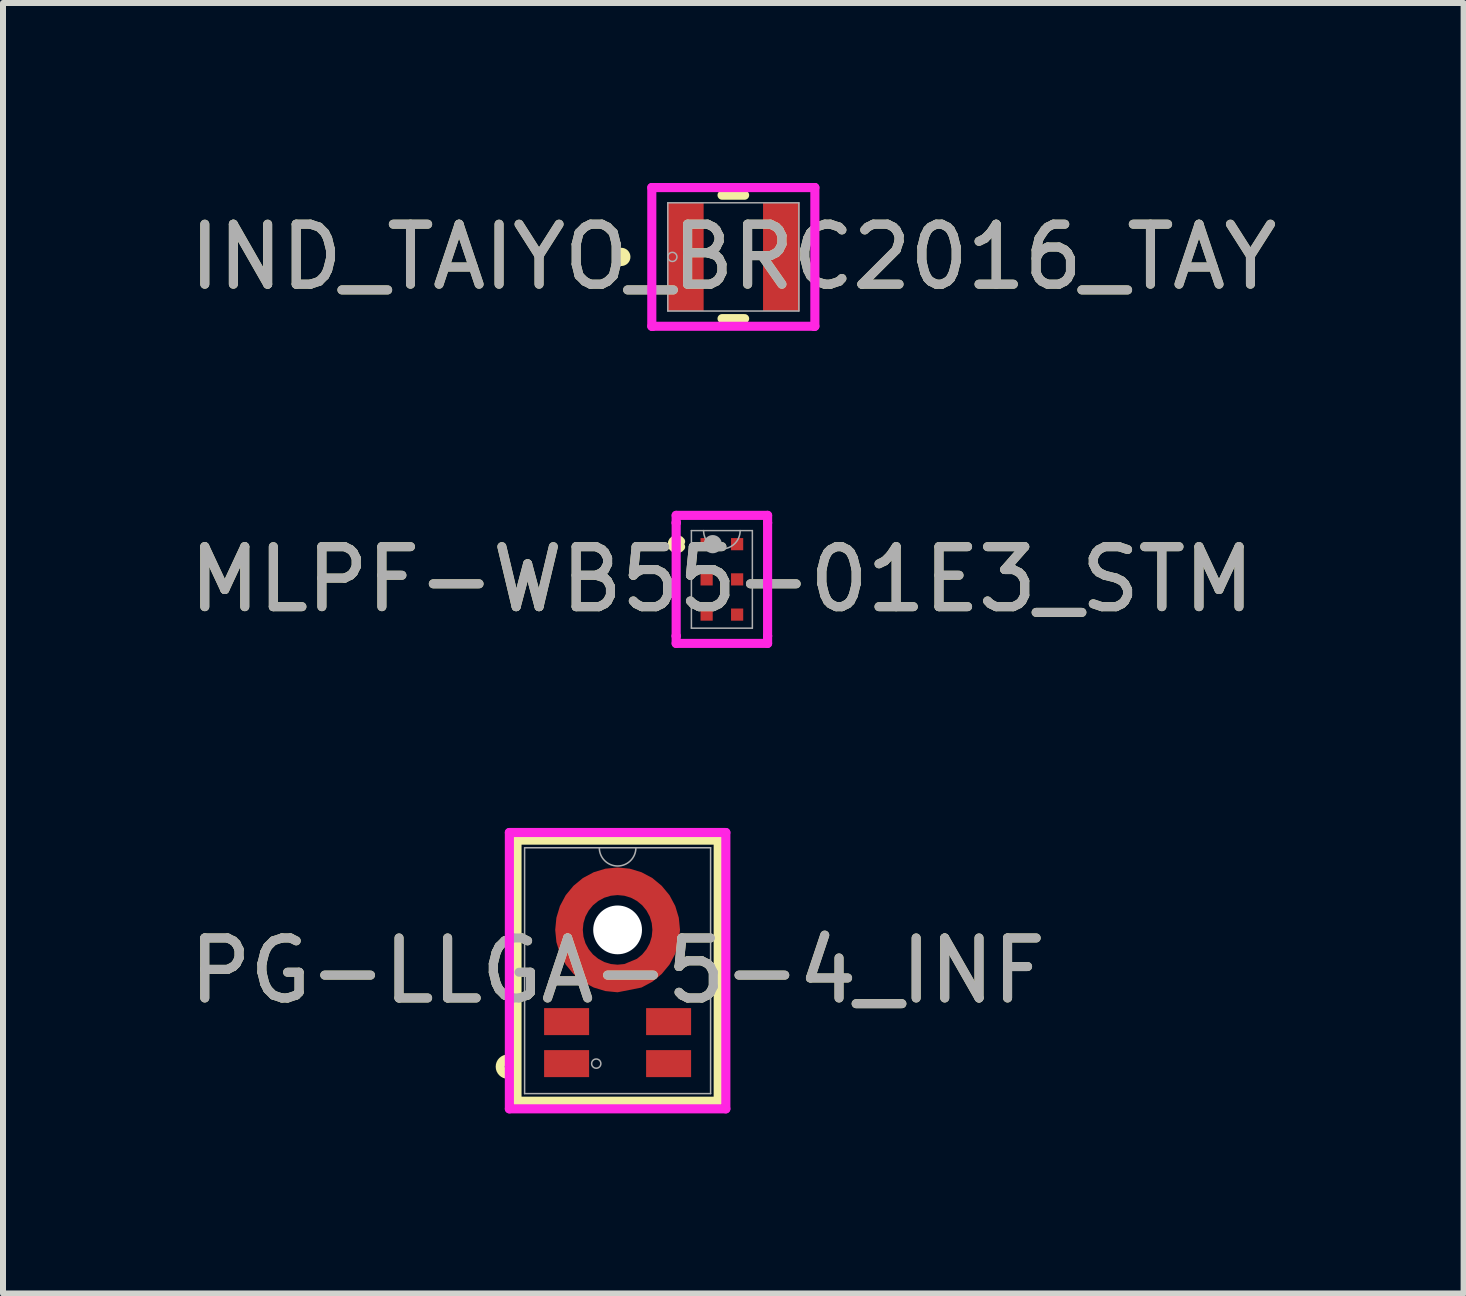
<source format=kicad_pcb>
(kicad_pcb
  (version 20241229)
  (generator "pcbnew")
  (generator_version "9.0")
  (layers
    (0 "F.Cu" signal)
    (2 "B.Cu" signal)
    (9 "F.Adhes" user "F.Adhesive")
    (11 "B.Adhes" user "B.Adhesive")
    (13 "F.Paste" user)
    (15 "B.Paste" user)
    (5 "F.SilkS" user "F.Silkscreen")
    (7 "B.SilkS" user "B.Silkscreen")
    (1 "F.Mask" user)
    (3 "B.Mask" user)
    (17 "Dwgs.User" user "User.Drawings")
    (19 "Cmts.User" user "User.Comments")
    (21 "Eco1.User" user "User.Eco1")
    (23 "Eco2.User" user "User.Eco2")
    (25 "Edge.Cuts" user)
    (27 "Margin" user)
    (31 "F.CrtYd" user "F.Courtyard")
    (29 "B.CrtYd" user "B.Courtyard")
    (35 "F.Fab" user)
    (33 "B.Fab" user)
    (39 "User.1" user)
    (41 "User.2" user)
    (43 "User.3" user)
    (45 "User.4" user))
  (footprint "MLPF-WB55-01E3_STM"
    (layer "F.Cu")
    (at 8.982 6.607)
    (property "Reference" "MLPF-WB55-01E3_STM" (at 0 0 0) (unlocked yes) (layer "F.SilkS") (effects (font (size 1 1) (thickness 0.15))))
    (attr smd)
    (fp_arc (start -0.68834 -0.543209) (mid -0.8269 -0.587) (end -0.68834 -0.630791) (stroke (width 0.1524) (type solid)) (layer "F.SilkS"))
    (fp_line (start -0.762 -1.067) (end 0.762 -1.067) (stroke (width 0.152) (type solid)) (layer "F.CrtYd"))
    (fp_line (start -0.762 -0.943) (end -0.762 -1.067) (stroke (width 0.152) (type solid)) (layer "F.CrtYd"))
    (fp_line (start -0.762 -0.943) (end -0.762 -0.943) (stroke (width 0.152) (type solid)) (layer "F.CrtYd"))
    (fp_line (start -0.762 0.943) (end -0.762 -0.943) (stroke (width 0.152) (type solid)) (layer "F.CrtYd"))
    (fp_line (start -0.762 0.943) (end -0.762 0.943) (stroke (width 0.152) (type solid)) (layer "F.CrtYd"))
    (fp_line (start -0.762 1.067) (end -0.762 0.943) (stroke (width 0.152) (type solid)) (layer "F.CrtYd"))
    (fp_line (start 0.762 -1.067) (end 0.762 -0.943) (stroke (width 0.152) (type solid)) (layer "F.CrtYd"))
    (fp_line (start 0.762 -0.943) (end 0.762 -0.943) (stroke (width 0.152) (type solid)) (layer "F.CrtYd"))
    (fp_line (start 0.762 -0.943) (end 0.762 0.943) (stroke (width 0.152) (type solid)) (layer "F.CrtYd"))
    (fp_line (start 0.762 0.943) (end 0.762 0.943) (stroke (width 0.152) (type solid)) (layer "F.CrtYd"))
    (fp_line (start 0.762 0.943) (end 0.762 1.067) (stroke (width 0.152) (type solid)) (layer "F.CrtYd"))
    (fp_line (start 0.762 1.067) (end -0.762 1.067) (stroke (width 0.152) (type solid)) (layer "F.CrtYd"))
    (fp_line (start -0.508 -0.813) (end -0.508 0.813) (stroke (width 0.025) (type solid)) (layer "F.Fab"))
    (fp_line (start -0.508 0.813) (end 0.508 0.813) (stroke (width 0.025) (type solid)) (layer "F.Fab"))
    (fp_line (start 0.508 -0.813) (end -0.508 -0.813) (stroke (width 0.025) (type solid)) (layer "F.Fab"))
    (fp_line (start 0.508 0.813) (end 0.508 -0.813) (stroke (width 0.025) (type solid)) (layer "F.Fab"))
    (fp_arc (start 0.3048 -0.8128) (mid 0 -0.508) (end -0.3048 -0.8128) (stroke (width 0.0254) (type solid)) (layer "F.Fab"))
    (fp_circle (center -0.152 -0.587) (end -0.076 -0.587) (stroke (width 0.152) (type solid)) (fill no) (layer "F.Fab"))
    (fp_text user "${REFERENCE}" (at 0 0 0) (unlocked yes) (layer "F.Fab") (effects (font (size 1 1) (thickness 0.15))))
    (pad "1" smd rect (at -0.254 -0.587) (size 0.203 0.203) (layers "F.Cu" "F.Mask" "F.Paste"))
    (pad "2" smd rect (at -0.254 0) (size 0.203 0.203) (layers "F.Cu" "F.Mask" "F.Paste"))
    (pad "3" smd rect (at -0.254 0.587) (size 0.203 0.203) (layers "F.Cu" "F.Mask" "F.Paste"))
    (pad "4" smd rect (at 0.254 0.587) (size 0.203 0.203) (layers "F.Cu" "F.Mask" "F.Paste"))
    (pad "5" smd rect (at 0.254 0) (size 0.203 0.203) (layers "F.Cu" "F.Mask" "F.Paste"))
    (pad "6" smd rect (at 0.254 -0.587) (size 0.203 0.203) (layers "F.Cu" "F.Mask" "F.Paste")))
  (footprint "IND_TAIYO_BRC2016_TAY"
    (layer "F.Cu")
    (at 9.173 1.232)
    (property "Reference" "IND_TAIYO_BRC2016_TAY" (at 0 0 0) (unlocked yes) (layer "F.SilkS") (effects (font (size 1 1) (thickness 0.15))))
    (attr smd)
    (fp_line (start -0.188 1.029) (end 0.188 1.029) (stroke (width 0.152) (type solid)) (layer "F.SilkS"))
    (fp_line (start 0.188 -1.029) (end -0.188 -1.029) (stroke (width 0.152) (type solid)) (layer "F.SilkS"))
    (fp_circle (center -1.867 0) (end -1.791 0) (stroke (width 0.152) (type solid)) (fill no) (layer "F.SilkS"))
    (fp_line (start -1.359 -1.156) (end -1.346 -1.156) (stroke (width 0.152) (type solid)) (layer "F.CrtYd"))
    (fp_line (start -1.359 1.156) (end -1.359 -1.156) (stroke (width 0.152) (type solid)) (layer "F.CrtYd"))
    (fp_line (start -1.346 -1.156) (end -1.346 -1.156) (stroke (width 0.152) (type solid)) (layer "F.CrtYd"))
    (fp_line (start -1.346 -1.156) (end 1.346 -1.156) (stroke (width 0.152) (type solid)) (layer "F.CrtYd"))
    (fp_line (start -1.346 1.156) (end -1.359 1.156) (stroke (width 0.152) (type solid)) (layer "F.CrtYd"))
    (fp_line (start -1.346 1.156) (end -1.346 1.156) (stroke (width 0.152) (type solid)) (layer "F.CrtYd"))
    (fp_line (start 1.346 -1.156) (end 1.346 -1.156) (stroke (width 0.152) (type solid)) (layer "F.CrtYd"))
    (fp_line (start 1.346 -1.156) (end 1.359 -1.156) (stroke (width 0.152) (type solid)) (layer "F.CrtYd"))
    (fp_line (start 1.346 1.156) (end -1.346 1.156) (stroke (width 0.152) (type solid)) (layer "F.CrtYd"))
    (fp_line (start 1.346 1.156) (end 1.346 1.156) (stroke (width 0.152) (type solid)) (layer "F.CrtYd"))
    (fp_line (start 1.359 -1.156) (end 1.359 1.156) (stroke (width 0.152) (type solid)) (layer "F.CrtYd"))
    (fp_line (start 1.359 1.156) (end 1.346 1.156) (stroke (width 0.152) (type solid)) (layer "F.CrtYd"))
    (fp_line (start -1.092 -0.902) (end -1.092 0.902) (stroke (width 0.025) (type solid)) (layer "F.Fab"))
    (fp_line (start -1.092 0.902) (end 1.092 0.902) (stroke (width 0.025) (type solid)) (layer "F.Fab"))
    (fp_line (start 1.092 -0.902) (end -1.092 -0.902) (stroke (width 0.025) (type solid)) (layer "F.Fab"))
    (fp_line (start 1.092 0.902) (end 1.092 -0.902) (stroke (width 0.025) (type solid)) (layer "F.Fab"))
    (fp_circle (center -1.016 0) (end -0.94 0) (stroke (width 0.025) (type solid)) (fill no) (layer "F.Fab"))
    (fp_text user "${REFERENCE}" (at 0 0 0) (unlocked yes) (layer "F.Fab") (effects (font (size 1 1) (thickness 0.15))))
    (pad "1" smd rect (at -0.8 0) (size 0.61 1.803) (layers "F.Cu" "F.Mask" "F.Paste"))
    (pad "2" smd rect (at 0.8 0) (size 0.61 1.803) (layers "F.Cu" "F.Mask" "F.Paste"))
    (zone (net_name "") (layer "F.Cu") (hatch full 0.508) (connect_pads) (min_thickness 0.254) (filled_areas_thickness no) (keepout (tracks not_allowed) (vias not_allowed) (pads allowed) (copperpour not_allowed) (footprints allowed)) (placement (enabled no)) (fill) (polygon (pts (xy 8.728 0.381) (xy 9.617 0.381) (xy 9.617 2.083) (xy 8.728 2.083)))))
  (footprint "PG-LLGA-5-4_INF"
    (layer "F.Cu")
    (at 7.244 13.129)
    (property "Reference" "PG-LLGA-5-4_INF" (at 0 0 0) (unlocked yes) (layer "F.SilkS") (effects (font (size 1 1) (thickness 0.15))))
    (attr smd)
    (fp_poly (pts (xy 0 -1.72) (xy 0.203 -1.7) (xy 0.398 -1.641) (xy 0.578 -1.545) (xy 0.735 -1.415) (xy 0.865 -1.258) (xy 0.961 -1.078) (xy 1.02 -0.883) (xy 1.04 -0.68) (xy 1.02 -0.477) (xy 0.961 -0.282) (xy 0.865 -0.102) (xy 0.735 0.055) (xy 0.578 0.185) (xy 0.398 0.281) (xy 0 0.36) (xy -0.203 0.34) (xy -0.398 0.281) (xy -0.578 0.185) (xy -0.735 0.055) (xy -0.865 -0.102) (xy -0.961 -0.282) (xy -1.02 -0.477) (xy -1.04 -0.68) (xy -1.02 -0.883) (xy -0.961 -1.078) (xy -0.865 -1.258) (xy -0.735 -1.415) (xy -0.578 -1.545) (xy -0.398 -1.641) (xy -0.203 -1.7) (xy 0 -1.72) (xy 0 -1.26) (xy -0.113 -1.249) (xy -0.222 -1.216) (xy -0.322 -1.162) (xy -0.41 -1.09) (xy -0.482 -1.002) (xy -0.536 -0.902) (xy -0.569 -0.793) (xy -0.58 -0.68) (xy -0.569 -0.567) (xy -0.536 -0.458) (xy -0.482 -0.358) (xy -0.41 -0.27) (xy -0.322 -0.198) (xy -0.222 -0.144) (xy -0.113 -0.111) (xy 0 -0.1) (xy 0.113 -0.111) (xy 0.322 -0.198) (xy 0.41 -0.27) (xy 0.482 -0.358) (xy 0.536 -0.458) (xy 0.569 -0.567) (xy 0.58 -0.68) (xy 0.569 -0.793) (xy 0.536 -0.902) (xy 0.482 -1.002) (xy 0.41 -1.09) (xy 0.322 -1.162) (xy 0.222 -1.216) (xy 0.113 -1.249) (xy 0 -1.26)) (stroke (width 0) (type solid)) (fill yes) (layer "F.Cu"))
    (fp_poly (pts (xy 0 -1.72) (xy 0.203 -1.7) (xy 0.398 -1.641) (xy 0.578 -1.545) (xy 0.735 -1.415) (xy 0.865 -1.258) (xy 0.961 -1.078) (xy 1.02 -0.883) (xy 1.04 -0.68) (xy 1.02 -0.477) (xy 0.961 -0.282) (xy 0.865 -0.102) (xy 0.735 0.055) (xy 0.578 0.185) (xy 0.398 0.281) (xy 0 0.36) (xy -0.203 0.34) (xy -0.398 0.281) (xy -0.578 0.185) (xy -0.735 0.055) (xy -0.865 -0.102) (xy -0.961 -0.282) (xy -1.02 -0.477) (xy -1.04 -0.68) (xy -1.02 -0.883) (xy -0.961 -1.078) (xy -0.865 -1.258) (xy -0.735 -1.415) (xy -0.578 -1.545) (xy -0.398 -1.641) (xy -0.203 -1.7) (xy 0 -1.72) (xy 0 -1.26) (xy -0.113 -1.249) (xy -0.222 -1.216) (xy -0.322 -1.162) (xy -0.41 -1.09) (xy -0.482 -1.002) (xy -0.536 -0.902) (xy -0.569 -0.793) (xy -0.58 -0.68) (xy -0.569 -0.567) (xy -0.536 -0.458) (xy -0.482 -0.358) (xy -0.41 -0.27) (xy -0.322 -0.198) (xy -0.222 -0.144) (xy -0.113 -0.111) (xy 0 -0.1) (xy 0.113 -0.111) (xy 0.322 -0.198) (xy 0.41 -0.27) (xy 0.482 -0.358) (xy 0.536 -0.458) (xy 0.569 -0.567) (xy 0.58 -0.68) (xy 0.569 -0.793) (xy 0.536 -0.902) (xy 0.482 -1.002) (xy 0.41 -1.09) (xy 0.322 -1.162) (xy 0.222 -1.216) (xy 0.113 -1.249) (xy 0 -1.26)) (stroke (width 0) (type solid)) (fill yes) (layer "F.Mask"))
    (fp_line (start -1.677 -2.176) (end 1.677 -2.176) (stroke (width 0.152) (type solid)) (layer "F.SilkS"))
    (fp_line (start -1.677 2.176) (end -1.677 -2.176) (stroke (width 0.152) (type solid)) (layer "F.SilkS"))
    (fp_line (start 1.677 -2.176) (end 1.677 2.176) (stroke (width 0.152) (type solid)) (layer "F.SilkS"))
    (fp_line (start 1.677 2.176) (end -1.677 2.176) (stroke (width 0.152) (type solid)) (layer "F.SilkS"))
    (fp_circle (center -1.829 1.6) (end -1.702 1.6) (stroke (width 0.152) (type solid)) (fill no) (layer "F.SilkS"))
    (fp_poly (pts (xy -1.175 0.699) (xy -1.174 0.691) (xy -1.173 0.684) (xy -1.17 0.676) (xy -1.165 0.67) (xy -1.16 0.664) (xy -1.154 0.659) (xy -1.148 0.654) (xy -1.14 0.651) (xy -1.133 0.65) (xy -1.125 0.649) (xy -0.575 0.649) (xy -0.567 0.65) (xy -0.56 0.651) (xy -0.552 0.654) (xy -0.546 0.659) (xy -0.54 0.664) (xy -0.535 0.67) (xy -0.53 0.676) (xy -0.527 0.684) (xy -0.526 0.691) (xy -0.525 0.699) (xy -0.525 0.999) (xy -0.526 1.007) (xy -0.527 1.014) (xy -0.53 1.022) (xy -0.535 1.028) (xy -0.54 1.034) (xy -0.546 1.039) (xy -0.552 1.044) (xy -0.56 1.047) (xy -0.567 1.048) (xy -0.575 1.049) (xy -1.125 1.049) (xy -1.133 1.048) (xy -1.14 1.047) (xy -1.148 1.044) (xy -1.154 1.039) (xy -1.16 1.034) (xy -1.165 1.028) (xy -1.17 1.022) (xy -1.173 1.014) (xy -1.174 1.007) (xy -1.175 0.999)) (stroke (width 0) (type solid)) (fill yes) (layer "F.Paste"))
    (fp_poly (pts (xy -1.175 1.399) (xy -1.174 1.391) (xy -1.173 1.384) (xy -1.17 1.376) (xy -1.165 1.37) (xy -1.16 1.364) (xy -1.154 1.359) (xy -1.148 1.354) (xy -1.14 1.351) (xy -1.133 1.35) (xy -1.125 1.349) (xy -0.575 1.349) (xy -0.567 1.35) (xy -0.56 1.351) (xy -0.552 1.354) (xy -0.546 1.359) (xy -0.54 1.364) (xy -0.535 1.37) (xy -0.53 1.376) (xy -0.527 1.384) (xy -0.526 1.391) (xy -0.525 1.399) (xy -0.525 1.699) (xy -0.526 1.707) (xy -0.527 1.714) (xy -0.53 1.722) (xy -0.535 1.728) (xy -0.54 1.734) (xy -0.546 1.739) (xy -0.552 1.744) (xy -0.56 1.747) (xy -0.567 1.748) (xy -0.575 1.749) (xy -1.125 1.749) (xy -1.133 1.748) (xy -1.14 1.747) (xy -1.148 1.744) (xy -1.154 1.739) (xy -1.16 1.734) (xy -1.165 1.728) (xy -1.17 1.722) (xy -1.173 1.714) (xy -1.174 1.707) (xy -1.175 1.699)) (stroke (width 0) (type solid)) (fill yes) (layer "F.Paste"))
    (fp_poly (pts (xy 0.525 0.699) (xy 0.526 0.691) (xy 0.527 0.684) (xy 0.53 0.676) (xy 0.535 0.67) (xy 0.54 0.664) (xy 0.546 0.659) (xy 0.552 0.654) (xy 0.56 0.651) (xy 0.567 0.65) (xy 0.575 0.649) (xy 1.125 0.649) (xy 1.133 0.65) (xy 1.14 0.651) (xy 1.148 0.654) (xy 1.154 0.659) (xy 1.16 0.664) (xy 1.165 0.67) (xy 1.17 0.676) (xy 1.173 0.684) (xy 1.174 0.691) (xy 1.175 0.699) (xy 1.175 0.999) (xy 1.174 1.007) (xy 1.173 1.014) (xy 1.17 1.022) (xy 1.165 1.028) (xy 1.16 1.034) (xy 1.154 1.039) (xy 1.148 1.044) (xy 1.14 1.047) (xy 1.133 1.048) (xy 1.125 1.049) (xy 0.575 1.049) (xy 0.567 1.048) (xy 0.56 1.047) (xy 0.552 1.044) (xy 0.546 1.039) (xy 0.54 1.034) (xy 0.535 1.028) (xy 0.53 1.022) (xy 0.527 1.014) (xy 0.526 1.007) (xy 0.525 0.999)) (stroke (width 0) (type solid)) (fill yes) (layer "F.Paste"))
    (fp_poly (pts (xy 0.525 1.399) (xy 0.526 1.391) (xy 0.527 1.384) (xy 0.53 1.376) (xy 0.535 1.37) (xy 0.54 1.364) (xy 0.546 1.359) (xy 0.552 1.354) (xy 0.56 1.351) (xy 0.567 1.35) (xy 0.575 1.349) (xy 1.125 1.349) (xy 1.133 1.35) (xy 1.14 1.351) (xy 1.148 1.354) (xy 1.154 1.359) (xy 1.16 1.364) (xy 1.165 1.37) (xy 1.17 1.376) (xy 1.173 1.384) (xy 1.174 1.391) (xy 1.175 1.399) (xy 1.175 1.699) (xy 1.174 1.707) (xy 1.173 1.714) (xy 1.17 1.722) (xy 1.165 1.728) (xy 1.16 1.734) (xy 1.154 1.739) (xy 1.148 1.744) (xy 1.14 1.747) (xy 1.133 1.748) (xy 1.125 1.749) (xy 0.575 1.749) (xy 0.567 1.748) (xy 0.56 1.747) (xy 0.552 1.744) (xy 0.546 1.739) (xy 0.54 1.734) (xy 0.535 1.728) (xy 0.53 1.722) (xy 0.527 1.714) (xy 0.526 1.707) (xy 0.525 1.699)) (stroke (width 0) (type solid)) (fill yes) (layer "F.Paste"))
    (fp_poly (pts (xy 0 -1.72) (xy 0.203 -1.7) (xy 0.398 -1.641) (xy 0.578 -1.545) (xy 0.735 -1.415) (xy 0.865 -1.258) (xy 0.961 -1.078) (xy 1.02 -0.883) (xy 1.04 -0.68) (xy 1.02 -0.477) (xy 0.961 -0.282) (xy 0.865 -0.102) (xy 0.735 0.055) (xy 0.578 0.185) (xy 0.398 0.281) (xy 0 0.36) (xy -0.203 0.34) (xy -0.398 0.281) (xy -0.578 0.185) (xy -0.735 0.055) (xy -0.865 -0.102) (xy -0.961 -0.282) (xy -1.02 -0.477) (xy -1.04 -0.68) (xy -1.02 -0.883) (xy -0.961 -1.078) (xy -0.865 -1.258) (xy -0.735 -1.415) (xy -0.578 -1.545) (xy -0.398 -1.641) (xy -0.203 -1.7) (xy 0 -1.72) (xy 0 -1.26) (xy -0.113 -1.249) (xy -0.222 -1.216) (xy -0.322 -1.162) (xy -0.41 -1.09) (xy -0.482 -1.002) (xy -0.536 -0.902) (xy -0.569 -0.793) (xy -0.58 -0.68) (xy -0.569 -0.567) (xy -0.536 -0.458) (xy -0.482 -0.358) (xy -0.41 -0.27) (xy -0.322 -0.198) (xy -0.222 -0.144) (xy -0.113 -0.111) (xy 0 -0.1) (xy 0.113 -0.111) (xy 0.322 -0.198) (xy 0.41 -0.27) (xy 0.482 -0.358) (xy 0.536 -0.458) (xy 0.569 -0.567) (xy 0.58 -0.68) (xy 0.569 -0.793) (xy 0.536 -0.902) (xy 0.482 -1.002) (xy 0.41 -1.09) (xy 0.322 -1.162) (xy 0.222 -1.216) (xy 0.113 -1.249) (xy 0 -1.26)) (stroke (width 0) (type solid)) (fill yes) (layer "F.Paste"))
    (fp_line (start -1.804 -2.303) (end -1.804 2.303) (stroke (width 0.152) (type solid)) (layer "F.CrtYd"))
    (fp_line (start -1.804 2.303) (end 1.804 2.303) (stroke (width 0.152) (type solid)) (layer "F.CrtYd"))
    (fp_line (start 1.804 -2.303) (end -1.804 -2.303) (stroke (width 0.152) (type solid)) (layer "F.CrtYd"))
    (fp_line (start 1.804 2.303) (end 1.804 -2.303) (stroke (width 0.152) (type solid)) (layer "F.CrtYd"))
    (fp_line (start -1.55 -2.049) (end -1.55 2.049) (stroke (width 0.025) (type solid)) (layer "F.Fab"))
    (fp_line (start -1.55 2.049) (end 1.55 2.049) (stroke (width 0.025) (type solid)) (layer "F.Fab"))
    (fp_line (start 1.55 -2.049) (end -1.55 -2.049) (stroke (width 0.025) (type solid)) (layer "F.Fab"))
    (fp_line (start 1.55 2.049) (end 1.55 -2.049) (stroke (width 0.025) (type solid)) (layer "F.Fab"))
    (fp_arc (start 0.3048 -2.0494) (mid 0 -1.7446) (end -0.3048 -2.0494) (stroke (width 0.0254) (type solid)) (layer "F.Fab"))
    (fp_circle (center -0.356 1.549) (end -0.279 1.549) (stroke (width 0.025) (type solid)) (fill no) (layer "F.Fab"))
    (fp_text user "${REFERENCE}" (at 0 0 0) (unlocked yes) (layer "F.Fab") (effects (font (size 1 1) (thickness 0.15))))
    (pad "" np_thru_hole circle (at 0 -0.68) (size 0.813 0.813) (drill 0.813) (layers "*.Cu" "*.Mask"))
    (pad "1" smd rect (at -0.85 1.549) (size 0.75 0.45) (layers "F.Cu" "F.Mask"))
    (pad "2" smd rect (at -0.85 0.849) (size 0.75 0.45) (layers "F.Cu" "F.Mask"))
    (pad "3" smd rect (at 0.85 1.549) (size 0.75 0.45) (layers "F.Cu" "F.Mask"))
    (pad "4" smd rect (at 0.85 0.849) (size 0.75 0.45) (layers "F.Cu" "F.Mask"))
    (pad "5" smd rect (at 0 -1.499) (size 0.127 0.127) (layers "F.Cu" "F.Mask" "F.Paste")))
  (gr_rect
    (start -3 -3)
    (end 21.345 18.509)
    (stroke (width 0.1) (type default))
    (fill no)
    (layer "Edge.Cuts")))
</source>
